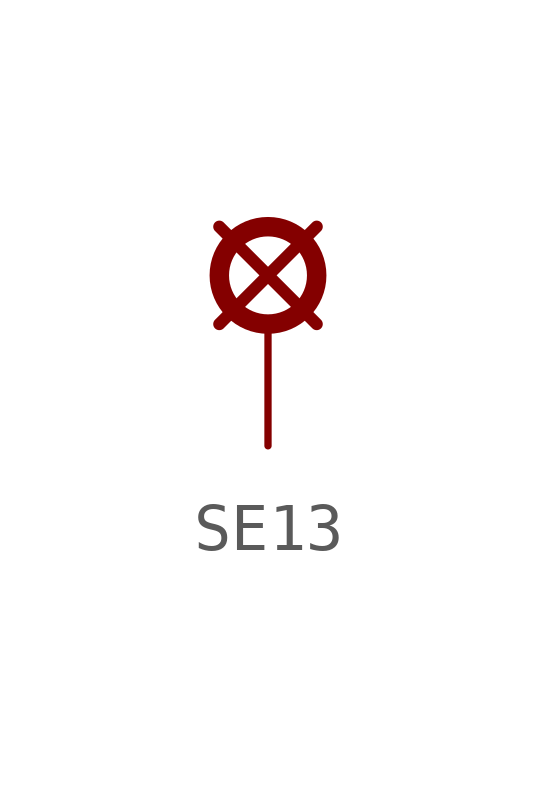
<source format=kicad_sym>
(kicad_symbol_lib
  (version 20211014)
  (generator kicad_symbol_editor)
  (symbol "SE13"
    (property "Reference" "LSP"
      (at 0 0 0)
      (effects (font (size 1.27 1.27)) hide))
    (property "ki_locked" ""
      (at 0 0 0)
      (effects (font (size 1.27 1.27))))
    (symbol "SE13_1_0"
      (polyline (pts (xy -1.016 0) (xy 1.016 2.032)) (stroke (width 0.254) (type default) (color 0 0 0 0)) (fill (type none)))
      (polyline (pts (xy -1.016 2.032) (xy 1.016 0)) (stroke (width 0.254) (type default) (color 0 0 0 0)) (fill (type none)))
      (circle (center 0 1.016) (radius 1.016) (stroke (width 0.406) (type default) (color 0 0 0 0)) (fill (type none)))
      (pin passive line (at 0 -2.54 90) (length 2.54) (name "MP" (effects (font (size 0 0)))) (number "MP" (effects (font (size 0 0))))))))
</source>
